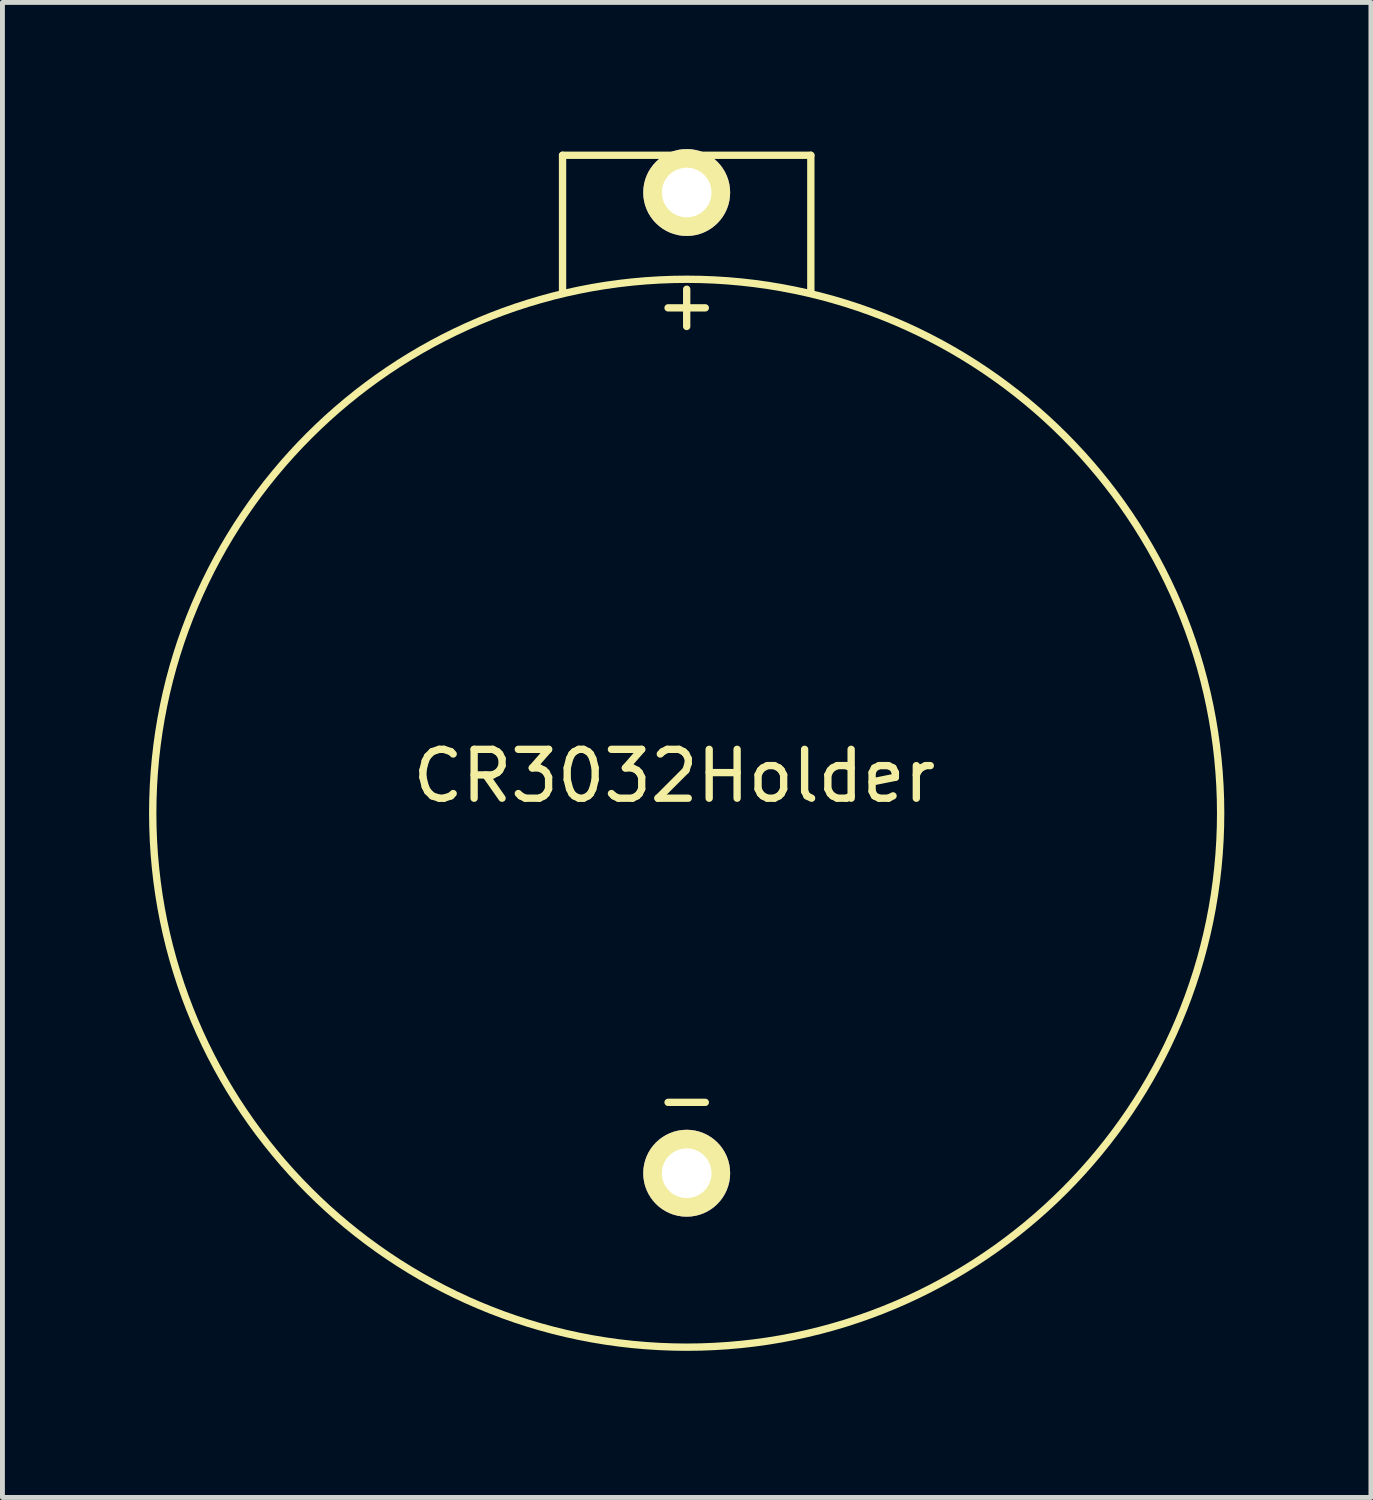
<source format=kicad_pcb>
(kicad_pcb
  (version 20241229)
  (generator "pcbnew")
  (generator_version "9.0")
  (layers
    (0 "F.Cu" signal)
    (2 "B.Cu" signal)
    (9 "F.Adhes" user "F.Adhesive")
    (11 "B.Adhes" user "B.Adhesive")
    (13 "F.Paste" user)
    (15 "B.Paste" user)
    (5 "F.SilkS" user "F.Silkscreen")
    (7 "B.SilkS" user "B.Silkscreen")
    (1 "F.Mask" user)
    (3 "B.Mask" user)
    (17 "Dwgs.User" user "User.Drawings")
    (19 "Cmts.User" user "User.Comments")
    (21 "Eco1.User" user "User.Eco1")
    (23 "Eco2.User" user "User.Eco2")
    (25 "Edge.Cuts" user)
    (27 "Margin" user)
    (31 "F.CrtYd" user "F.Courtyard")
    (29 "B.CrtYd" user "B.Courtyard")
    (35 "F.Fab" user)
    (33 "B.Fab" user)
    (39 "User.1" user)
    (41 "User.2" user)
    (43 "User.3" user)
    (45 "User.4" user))
  (footprint "CR3032Holder"
    (layer "F.Cu")
    (at 11 13.589)
    (property "Reference" "CR3032Holder" (at -0.254 -0.762 0) (layer "F.SilkS") (effects (font (size 1 1) (thickness 0.15))))
    (attr through_hole)
    (fp_line (start -2.54 -13.462) (end -2.54 -10.668) (stroke (width 0.15) (type solid)) (layer "F.SilkS"))
    (fp_line (start 0 -13.462) (end -2.54 -13.462) (stroke (width 0.15) (type solid)) (layer "F.SilkS"))
    (fp_line (start 0 -13.462) (end 2.54 -13.462) (stroke (width 0.15) (type solid)) (layer "F.SilkS"))
    (fp_line (start 2.54 -13.462) (end 2.54 -10.668) (stroke (width 0.15) (type solid)) (layer "F.SilkS"))
    (fp_circle (center 0 0) (end 8.89 6.35) (stroke (width 0.15) (type solid)) (fill no) (layer "F.SilkS"))
    (fp_text user "-" (at 0 5.842 0) (layer "F.SilkS") (effects (font (size 1 1) (thickness 0.15))))
    (fp_text user "+" (at 0 -10.414 0) (layer "F.SilkS") (effects (font (size 1 1) (thickness 0.15))))
    (pad "1" thru_hole circle (at 0 -12.7) (size 1.778 1.778) (drill 1.016) (layers "*.Cu" "*.Mask" "F.SilkS"))
    (pad "2" thru_hole circle (at 0 7.366) (size 1.778 1.778) (drill 1.016) (layers "*.Cu" "*.Mask" "F.SilkS")))
  (gr_rect
    (start -3 -3)
    (end 25 27.589)
    (stroke (width 0.1) (type default))
    (fill no)
    (layer "Edge.Cuts")))
</source>
